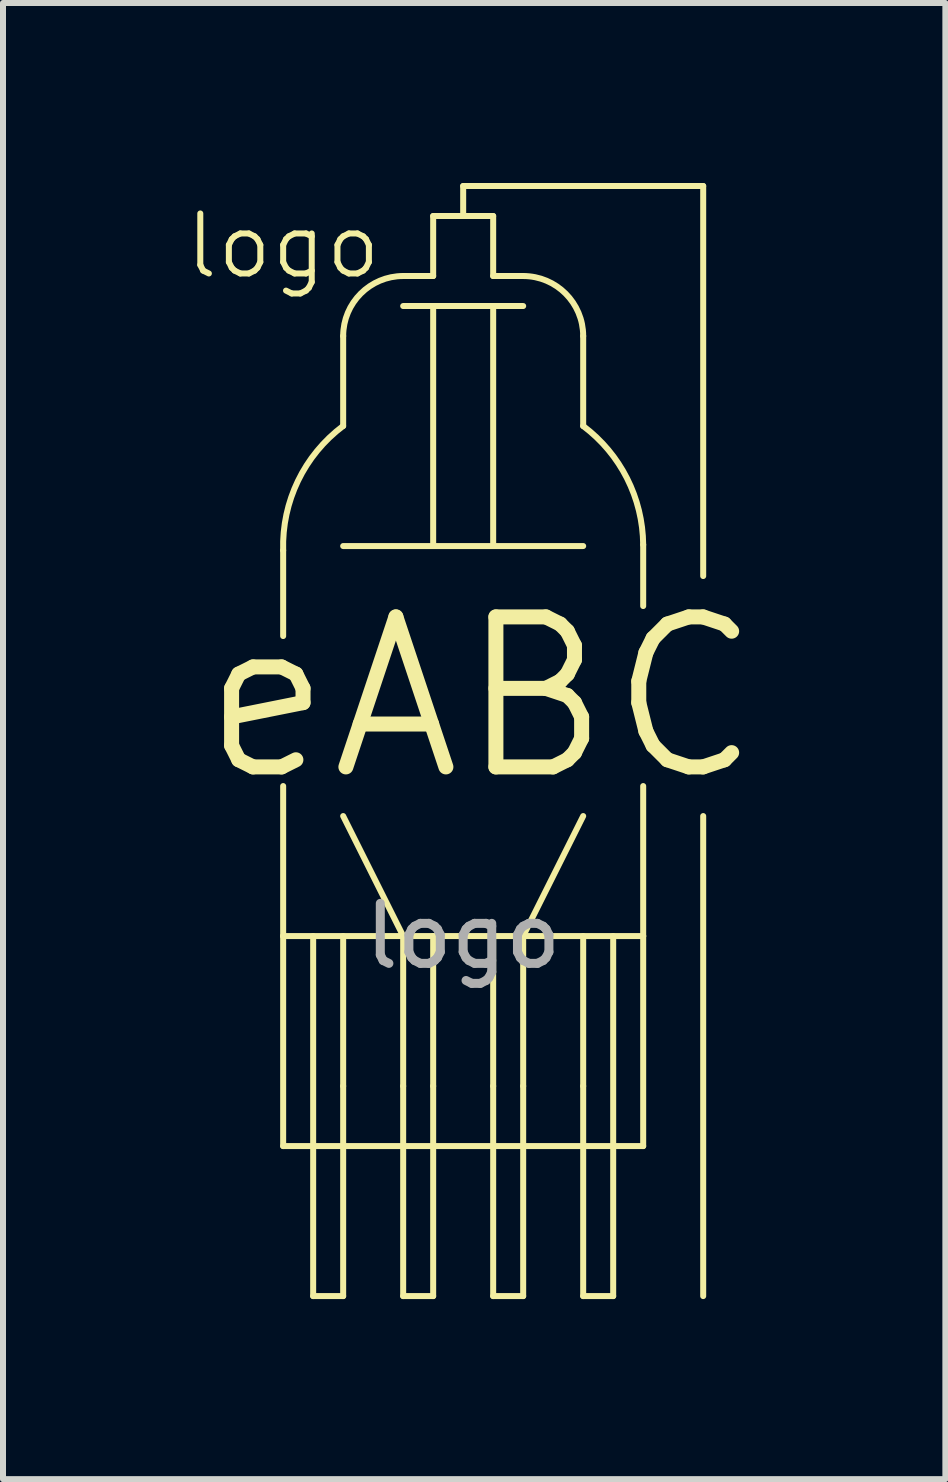
<source format=kicad_pcb>
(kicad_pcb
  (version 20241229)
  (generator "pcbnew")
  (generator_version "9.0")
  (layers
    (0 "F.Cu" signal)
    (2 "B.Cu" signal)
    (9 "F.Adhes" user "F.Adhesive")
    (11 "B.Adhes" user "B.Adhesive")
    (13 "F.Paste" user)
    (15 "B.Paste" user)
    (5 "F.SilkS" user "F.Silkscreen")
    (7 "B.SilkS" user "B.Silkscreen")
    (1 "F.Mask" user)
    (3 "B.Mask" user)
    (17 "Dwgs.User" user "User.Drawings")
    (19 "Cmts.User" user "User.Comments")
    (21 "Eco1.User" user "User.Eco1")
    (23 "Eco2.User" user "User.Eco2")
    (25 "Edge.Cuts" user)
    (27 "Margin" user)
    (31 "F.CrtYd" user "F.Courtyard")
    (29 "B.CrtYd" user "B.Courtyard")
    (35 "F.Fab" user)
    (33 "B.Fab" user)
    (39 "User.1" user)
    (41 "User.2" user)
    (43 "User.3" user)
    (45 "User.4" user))
  (footprint "logo"
    (layer "F.Cu")
    (at 4.669 8.55)
    (property "Reference" "logo" (at -3 -7.5 0) (unlocked yes) (layer "F.SilkS") (effects (font (size 1 1) (thickness 0.1))))
    (fp_line (start -3 -2.428) (end -3 -1) (stroke (width 0.1) (type default)) (layer "F.SilkS"))
    (fp_line (start -3 1.5) (end -3 4) (stroke (width 0.1) (type default)) (layer "F.SilkS"))
    (fp_line (start -3 4) (end -3 7.5) (stroke (width 0.1) (type default)) (layer "F.SilkS"))
    (fp_line (start -3 4) (end 3 4) (stroke (width 0.1) (type default)) (layer "F.SilkS"))
    (fp_line (start -2.5 7.5) (end -2.5 4) (stroke (width 0.1) (type default)) (layer "F.SilkS"))
    (fp_line (start -2.5 7.5) (end -2.5 10) (stroke (width 0.1) (type default)) (layer "F.SilkS"))
    (fp_line (start -2.5 10) (end -2 10) (stroke (width 0.1) (type default)) (layer "F.SilkS"))
    (fp_line (start -2 -6) (end -2 -4.5) (stroke (width 0.1) (type default)) (layer "F.SilkS"))
    (fp_line (start -2 -2.5) (end 2 -2.5) (stroke (width 0.1) (type default)) (layer "F.SilkS"))
    (fp_line (start -2 6.5) (end -2 4) (stroke (width 0.1) (type default)) (layer "F.SilkS"))
    (fp_line (start -2 10) (end -2 6.5) (stroke (width 0.1) (type default)) (layer "F.SilkS"))
    (fp_line (start -1 -7) (end -0.5 -7) (stroke (width 0.1) (type default)) (layer "F.SilkS"))
    (fp_line (start -1 -6.5) (end 1 -6.5) (stroke (width 0.1) (type default)) (layer "F.SilkS"))
    (fp_line (start -1 4) (end -2 2) (stroke (width 0.1) (type default)) (layer "F.SilkS"))
    (fp_line (start -1 6.5) (end -1 4) (stroke (width 0.1) (type default)) (layer "F.SilkS"))
    (fp_line (start -1 6.5) (end -1 10) (stroke (width 0.1) (type default)) (layer "F.SilkS"))
    (fp_line (start -1 10) (end -0.5 10) (stroke (width 0.1) (type default)) (layer "F.SilkS"))
    (fp_line (start -0.5 -8) (end 0.5 -8) (stroke (width 0.1) (type default)) (layer "F.SilkS"))
    (fp_line (start -0.5 -7) (end -0.5 -8) (stroke (width 0.1) (type default)) (layer "F.SilkS"))
    (fp_line (start -0.5 -6.5) (end -0.5 -2.5) (stroke (width 0.1) (type default)) (layer "F.SilkS"))
    (fp_line (start -0.5 6.5) (end -0.5 4) (stroke (width 0.1) (type default)) (layer "F.SilkS"))
    (fp_line (start -0.5 10) (end -0.5 6.5) (stroke (width 0.1) (type default)) (layer "F.SilkS"))
    (fp_line (start 0 -8.5) (end 4 -8.5) (stroke (width 0.1) (type default)) (layer "F.SilkS"))
    (fp_line (start 0 -8) (end 0 -8.5) (stroke (width 0.1) (type default)) (layer "F.SilkS"))
    (fp_line (start 0.5 -8) (end 0.5 -7) (stroke (width 0.1) (type default)) (layer "F.SilkS"))
    (fp_line (start 0.5 -7) (end 1 -7) (stroke (width 0.1) (type default)) (layer "F.SilkS"))
    (fp_line (start 0.5 -6.5) (end 0.5 -2.5) (stroke (width 0.1) (type default)) (layer "F.SilkS"))
    (fp_line (start 0.5 6.5) (end 0.5 4) (stroke (width 0.1) (type default)) (layer "F.SilkS"))
    (fp_line (start 0.5 6.5) (end 0.5 10) (stroke (width 0.1) (type default)) (layer "F.SilkS"))
    (fp_line (start 0.5 10) (end 1 10) (stroke (width 0.1) (type default)) (layer "F.SilkS"))
    (fp_line (start 1 4) (end 2 2) (stroke (width 0.1) (type default)) (layer "F.SilkS"))
    (fp_line (start 1 6.5) (end 1 4) (stroke (width 0.1) (type default)) (layer "F.SilkS"))
    (fp_line (start 1 10) (end 1 6.5) (stroke (width 0.1) (type default)) (layer "F.SilkS"))
    (fp_line (start 2 -6) (end 2 -4.5) (stroke (width 0.1) (type default)) (layer "F.SilkS"))
    (fp_line (start 2 6.5) (end 2 4) (stroke (width 0.1) (type default)) (layer "F.SilkS"))
    (fp_line (start 2 6.5) (end 2 10) (stroke (width 0.1) (type default)) (layer "F.SilkS"))
    (fp_line (start 2.5 7.5) (end 2.5 4) (stroke (width 0.1) (type default)) (layer "F.SilkS"))
    (fp_line (start 2.5 7.5) (end 2.5 10) (stroke (width 0.1) (type default)) (layer "F.SilkS"))
    (fp_line (start 2.5 10) (end 2 10) (stroke (width 0.1) (type default)) (layer "F.SilkS"))
    (fp_line (start 3 -2.522) (end 3 -1.5) (stroke (width 0.1) (type default)) (layer "F.SilkS"))
    (fp_line (start 3 4) (end 3 1.5) (stroke (width 0.1) (type default)) (layer "F.SilkS"))
    (fp_line (start 3 4) (end 3 7.5) (stroke (width 0.1) (type default)) (layer "F.SilkS"))
    (fp_line (start 3 7.5) (end -3 7.5) (stroke (width 0.1) (type default)) (layer "F.SilkS"))
    (fp_line (start 4 -8.5) (end 4 -2) (stroke (width 0.1) (type default)) (layer "F.SilkS"))
    (fp_line (start 4 2) (end 4 10) (stroke (width 0.1) (type default)) (layer "F.SilkS"))
    (fp_arc (start -3 -2.427521) (mid -2.752981 -3.585969) (end -2.00063 -4.50084) (stroke (width 0.1) (type default)) (layer "F.SilkS"))
    (fp_arc (start -1.999999 -5.999999) (mid -1.707106 -6.707106) (end -0.999999 -6.999999) (stroke (width 0.1) (type default)) (layer "F.SilkS"))
    (fp_arc (start 1 -7) (mid 1.707107 -6.707107) (end 2 -6) (stroke (width 0.1) (type default)) (layer "F.SilkS"))
    (fp_arc (start 2.000057 -4.500076) (mid 2.731234 -3.627861) (end 2.999999 -2.521903) (stroke (width 0.1) (type default)) (layer "F.SilkS"))
    (fp_text user "eABC" (at -4.5 1.5 0) (unlocked yes) (layer "F.SilkS") (effects (font (size 2.5 2.5) (thickness 0.25)) (justify left bottom)))
    (fp_text user "${REFERENCE}" (at 0 4 0) (unlocked yes) (layer "F.Fab") (effects (font (size 1 1) (thickness 0.15)))))
  (gr_rect
    (start -3 -3)
    (end 12.705 21.6)
    (stroke (width 0.1) (type default))
    (fill no)
    (layer "Edge.Cuts")))
</source>
